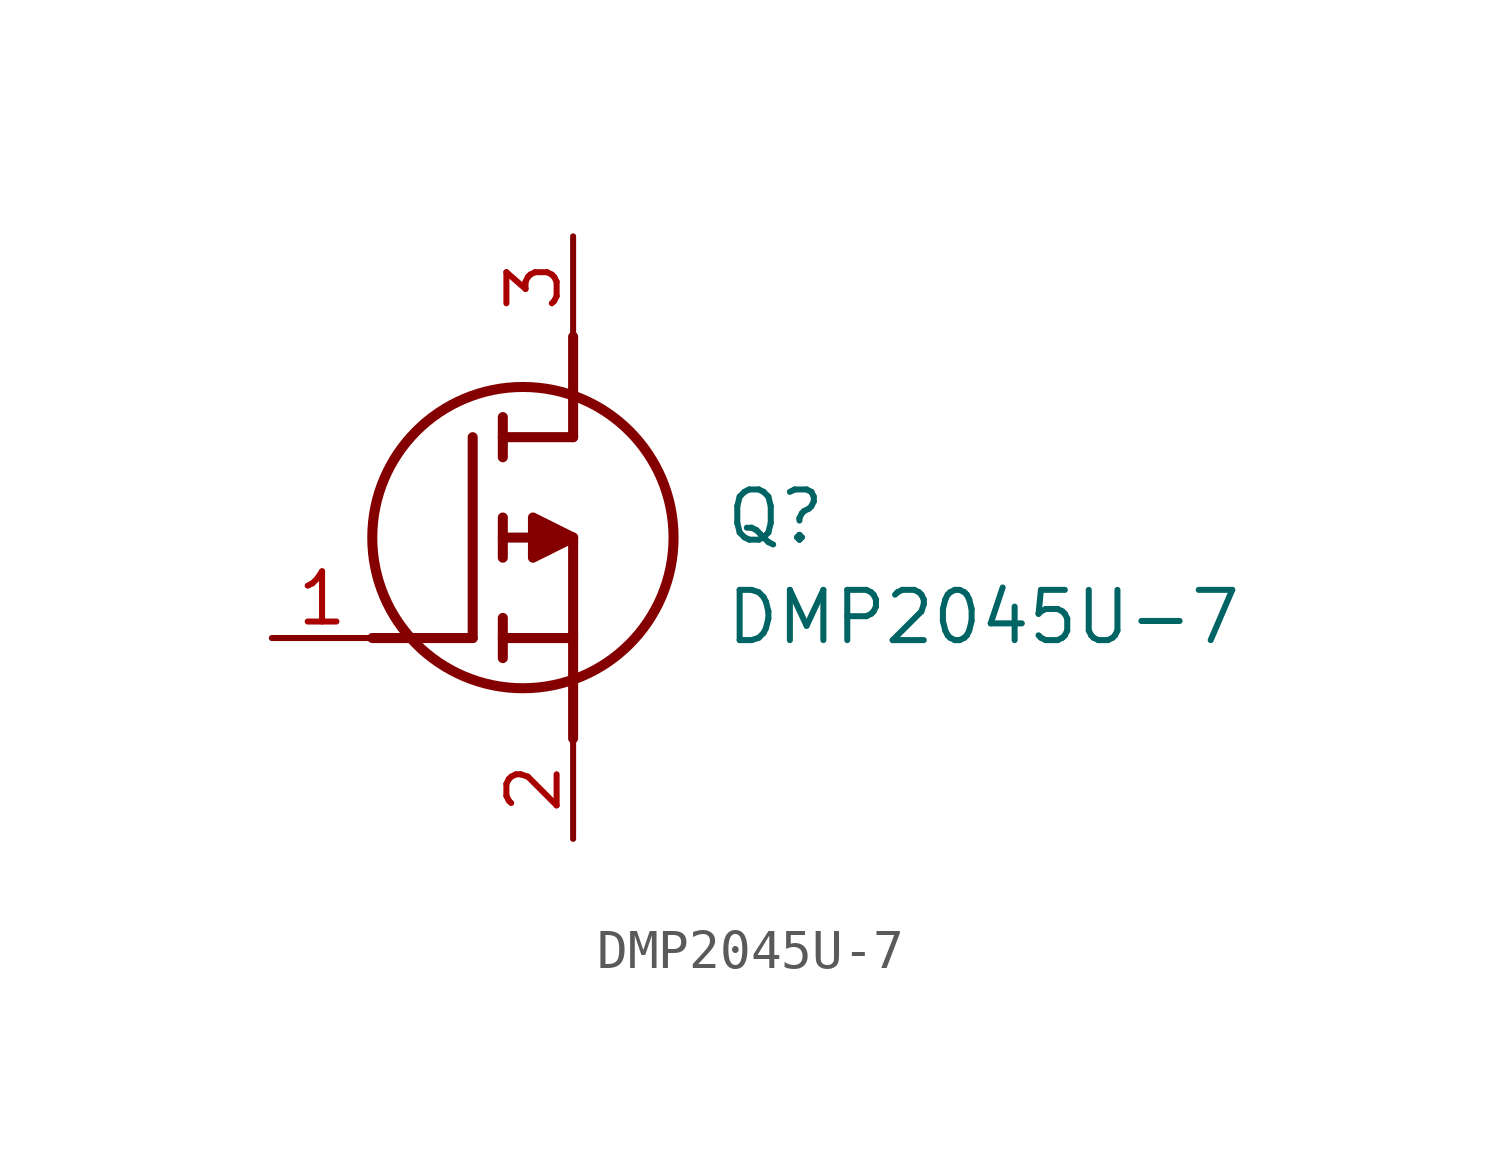
<source format=kicad_sym>
(kicad_symbol_lib
  (version 20211014)
  (generator SamacSys_ECAD_Model)
  (symbol "DMP2045U-7"
    (pin_names hide)
    (property "Reference" "Q"
      (at 11.43 3.81 0)
      (effects (font (size 1.27 1.27)) (justify left top)))
    (property "Value" "DMP2045U-7"
      (at 11.43 1.27 0)
      (effects (font (size 1.27 1.27)) (justify left top)))
    (polyline
      (pts (xy 7.62 2.54) (xy 7.62 -2.54))
      (stroke (width 0.254) (type default))
      (fill (type none)))
    (polyline
      (pts (xy 7.62 5.08) (xy 7.62 7.62))
      (stroke (width 0.254) (type default))
      (fill (type none)))
    (polyline
      (pts (xy 2.54 0) (xy 5.08 0))
      (stroke (width 0.254) (type default))
      (fill (type none)))
    (polyline
      (pts (xy 5.08 5.08) (xy 5.08 0))
      (stroke (width 0.254) (type default))
      (fill (type none)))
    (polyline
      (pts (xy 7.62 2.54) (xy 5.842 2.54))
      (stroke (width 0.254) (type default))
      (fill (type none)))
    (polyline
      (pts (xy 7.62 5.08) (xy 5.842 5.08))
      (stroke (width 0.254) (type default))
      (fill (type none)))
    (polyline
      (pts (xy 5.842 0) (xy 7.62 0))
      (stroke (width 0.254) (type default))
      (fill (type none)))
    (polyline
      (pts (xy 5.842 5.588) (xy 5.842 4.572))
      (stroke (width 0.254) (type default))
      (fill (type none)))
    (polyline
      (pts (xy 5.842 -0.508) (xy 5.842 0.508))
      (stroke (width 0.254) (type default))
      (fill (type none)))
    (polyline
      (pts (xy 5.842 2.032) (xy 5.842 3.048))
      (stroke (width 0.254) (type default))
      (fill (type none)))
    (circle
      (center 6.35 2.54)
      (radius 3.81)
      (stroke (width 0.254) (type default))
      (fill (type none)))
    (polyline
      (pts (xy 7.62 2.54) (xy 6.604 3.048) (xy 6.604 2.032) (xy 7.62 2.54))
      (stroke (width 0.254) (type default))
      (fill (type outline)))
    (pin passive line
      (at 0 0 0)
      (length 2.54)
      (name "G" (effects (font (size 1.27 1.27))))
      (number "1" (effects (font (size 1.27 1.27)))))
    (pin passive line
      (at 7.62 10.16 270)
      (length 2.54)
      (name "D" (effects (font (size 1.27 1.27))))
      (number "3" (effects (font (size 1.27 1.27)))))
    (pin passive line
      (at 7.62 -5.08 90)
      (length 2.54)
      (name "S" (effects (font (size 1.27 1.27))))
      (number "2" (effects (font (size 1.27 1.27)))))))
</source>
